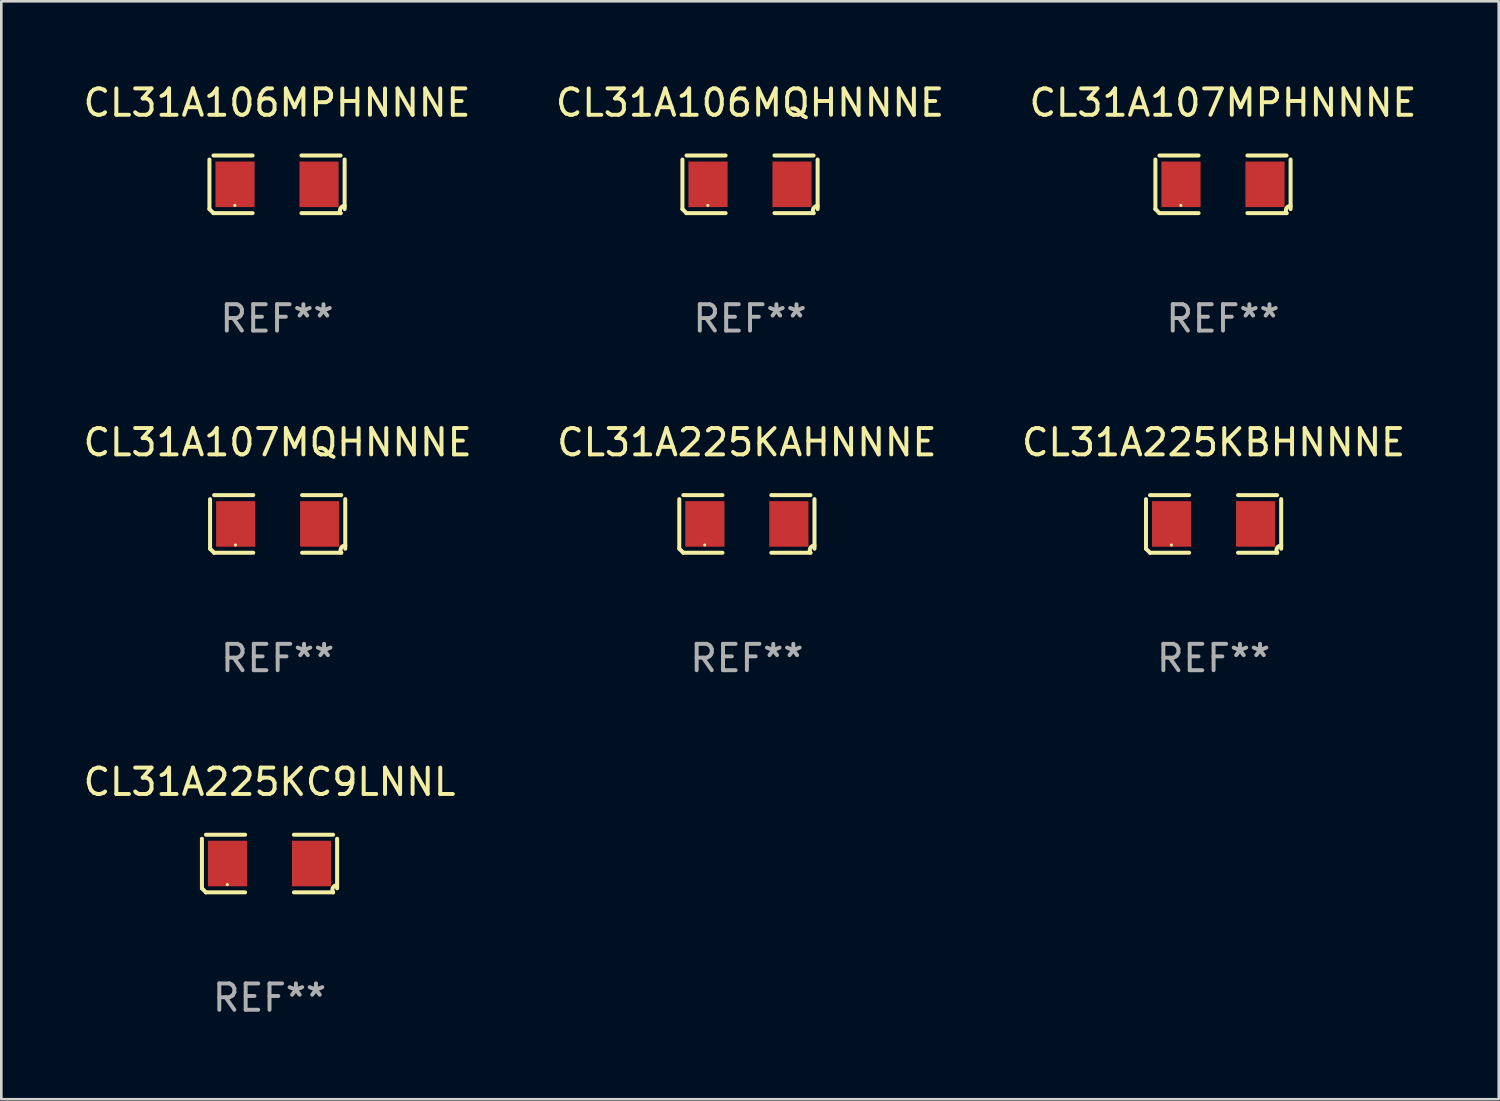
<source format=kicad_pcb>
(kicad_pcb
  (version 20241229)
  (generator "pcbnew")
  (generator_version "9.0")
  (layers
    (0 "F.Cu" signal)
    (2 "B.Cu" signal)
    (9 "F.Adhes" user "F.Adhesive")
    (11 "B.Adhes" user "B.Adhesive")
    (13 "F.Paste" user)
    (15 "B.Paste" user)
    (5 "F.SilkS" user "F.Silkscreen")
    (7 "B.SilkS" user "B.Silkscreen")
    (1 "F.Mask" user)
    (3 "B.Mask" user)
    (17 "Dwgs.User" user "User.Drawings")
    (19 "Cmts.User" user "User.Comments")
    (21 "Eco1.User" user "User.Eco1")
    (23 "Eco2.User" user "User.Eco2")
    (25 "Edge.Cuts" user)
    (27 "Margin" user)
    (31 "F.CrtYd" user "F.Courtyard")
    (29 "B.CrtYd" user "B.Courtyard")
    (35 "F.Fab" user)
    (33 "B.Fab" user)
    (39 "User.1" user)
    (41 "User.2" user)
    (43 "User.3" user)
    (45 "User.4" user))
  (footprint "CL31A225KC9LNNL"
    (layer "F.Cu")
    (at 7.173 29.704)
    (property "Reference" "CL31A225KC9LNNL" (at 0 -3.093 0) (layer "F.SilkS") (effects (font (size 1 1) (thickness 0.15))))
    (attr through_hole)
    (fp_line (start -2.564 0.94) (end -2.564 -0.94) (stroke (width 0.152) (type solid)) (layer "F.SilkS"))
    (fp_line (start -2.411 -1.093) (end -0.926 -1.093) (stroke (width 0.152) (type solid)) (layer "F.SilkS"))
    (fp_line (start -0.926 1.093) (end -2.411 1.093) (stroke (width 0.152) (type solid)) (layer "F.SilkS"))
    (fp_line (start 0.926 1.093) (end 2.411 1.093) (stroke (width 0.152) (type solid)) (layer "F.SilkS"))
    (fp_line (start 2.411 -1.093) (end 0.926 -1.093) (stroke (width 0.152) (type solid)) (layer "F.SilkS"))
    (fp_line (start 2.564 0.94) (end 2.564 -0.94) (stroke (width 0.152) (type solid)) (layer "F.SilkS"))
    (fp_arc (start -2.411201 1.092609) (mid -2.487413 1.01642) (end -2.563602 0.940208) (stroke (width 0.1524) (type solid)) (layer "F.SilkS"))
    (fp_arc (start 2.411201 1.092609) (mid 2.407159 0.911226) (end 2.563602 0.819347) (stroke (width 0.1524) (type solid)) (layer "F.SilkS"))
    (fp_circle (center -1.6 0.8) (end -1.57 0.8) (stroke (width 0.06) (type solid)) (fill no) (layer "F.SilkS"))
    (fp_text user "REF**" (at 0 5.093 0) (layer "F.Fab") (effects (font (size 1 1) (thickness 0.15))))
    (pad "1" smd rect (at -1.593 0) (size 1.485 1.728) (layers "F.Cu" "F.Mask" "F.Paste"))
    (pad "2" smd rect (at 1.593 0) (size 1.485 1.728) (layers "F.Cu" "F.Mask" "F.Paste")))
  (footprint "CL31A225KBHNNNE"
    (layer "F.Cu")
    (at 42.982 16.823)
    (property "Reference" "CL31A225KBHNNNE" (at 0 -3.093 0) (layer "F.SilkS") (effects (font (size 1 1) (thickness 0.15))))
    (attr through_hole)
    (fp_line (start -2.564 0.94) (end -2.564 -0.94) (stroke (width 0.152) (type solid)) (layer "F.SilkS"))
    (fp_line (start -2.411 -1.093) (end -0.926 -1.093) (stroke (width 0.152) (type solid)) (layer "F.SilkS"))
    (fp_line (start -0.926 1.093) (end -2.411 1.093) (stroke (width 0.152) (type solid)) (layer "F.SilkS"))
    (fp_line (start 0.926 1.093) (end 2.411 1.093) (stroke (width 0.152) (type solid)) (layer "F.SilkS"))
    (fp_line (start 2.411 -1.093) (end 0.926 -1.093) (stroke (width 0.152) (type solid)) (layer "F.SilkS"))
    (fp_line (start 2.564 0.94) (end 2.564 -0.94) (stroke (width 0.152) (type solid)) (layer "F.SilkS"))
    (fp_arc (start -2.411201 1.092609) (mid -2.487413 1.01642) (end -2.563602 0.940208) (stroke (width 0.1524) (type solid)) (layer "F.SilkS"))
    (fp_arc (start 2.411201 1.092609) (mid 2.407159 0.911226) (end 2.563602 0.819347) (stroke (width 0.1524) (type solid)) (layer "F.SilkS"))
    (fp_circle (center -1.6 0.8) (end -1.57 0.8) (stroke (width 0.06) (type solid)) (fill no) (layer "F.SilkS"))
    (fp_text user "REF**" (at 0 5.093 0) (layer "F.Fab") (effects (font (size 1 1) (thickness 0.15))))
    (pad "1" smd rect (at -1.593 0) (size 1.485 1.728) (layers "F.Cu" "F.Mask" "F.Paste"))
    (pad "2" smd rect (at 1.593 0) (size 1.485 1.728) (layers "F.Cu" "F.Mask" "F.Paste")))
  (footprint "CL31A106MQHNNNE"
    (layer "F.Cu")
    (at 25.399 3.941)
    (property "Reference" "CL31A106MQHNNNE" (at 0 -3.093 0) (layer "F.SilkS") (effects (font (size 1 1) (thickness 0.15))))
    (attr through_hole)
    (fp_line (start -2.564 0.94) (end -2.564 -0.94) (stroke (width 0.152) (type solid)) (layer "F.SilkS"))
    (fp_line (start -2.411 -1.093) (end -0.926 -1.093) (stroke (width 0.152) (type solid)) (layer "F.SilkS"))
    (fp_line (start -0.926 1.093) (end -2.411 1.093) (stroke (width 0.152) (type solid)) (layer "F.SilkS"))
    (fp_line (start 0.926 1.093) (end 2.411 1.093) (stroke (width 0.152) (type solid)) (layer "F.SilkS"))
    (fp_line (start 2.411 -1.093) (end 0.926 -1.093) (stroke (width 0.152) (type solid)) (layer "F.SilkS"))
    (fp_line (start 2.564 0.94) (end 2.564 -0.94) (stroke (width 0.152) (type solid)) (layer "F.SilkS"))
    (fp_arc (start -2.411201 1.092609) (mid -2.487413 1.01642) (end -2.563602 0.940208) (stroke (width 0.1524) (type solid)) (layer "F.SilkS"))
    (fp_arc (start 2.411201 1.092609) (mid 2.407159 0.911226) (end 2.563602 0.819347) (stroke (width 0.1524) (type solid)) (layer "F.SilkS"))
    (fp_circle (center -1.6 0.8) (end -1.57 0.8) (stroke (width 0.06) (type solid)) (fill no) (layer "F.SilkS"))
    (fp_text user "REF**" (at 0 5.093 0) (layer "F.Fab") (effects (font (size 1 1) (thickness 0.15))))
    (pad "1" smd rect (at -1.593 0) (size 1.485 1.728) (layers "F.Cu" "F.Mask" "F.Paste"))
    (pad "2" smd rect (at 1.593 0) (size 1.485 1.728) (layers "F.Cu" "F.Mask" "F.Paste")))
  (footprint "CL31A107MPHNNNE"
    (layer "F.Cu")
    (at 43.339 3.941)
    (property "Reference" "CL31A107MPHNNNE" (at 0 -3.093 0) (layer "F.SilkS") (effects (font (size 1 1) (thickness 0.15))))
    (attr through_hole)
    (fp_line (start -2.564 0.94) (end -2.564 -0.94) (stroke (width 0.152) (type solid)) (layer "F.SilkS"))
    (fp_line (start -2.411 -1.093) (end -0.926 -1.093) (stroke (width 0.152) (type solid)) (layer "F.SilkS"))
    (fp_line (start -0.926 1.093) (end -2.411 1.093) (stroke (width 0.152) (type solid)) (layer "F.SilkS"))
    (fp_line (start 0.926 1.093) (end 2.411 1.093) (stroke (width 0.152) (type solid)) (layer "F.SilkS"))
    (fp_line (start 2.411 -1.093) (end 0.926 -1.093) (stroke (width 0.152) (type solid)) (layer "F.SilkS"))
    (fp_line (start 2.564 0.94) (end 2.564 -0.94) (stroke (width 0.152) (type solid)) (layer "F.SilkS"))
    (fp_arc (start -2.411201 1.092609) (mid -2.487413 1.01642) (end -2.563602 0.940208) (stroke (width 0.1524) (type solid)) (layer "F.SilkS"))
    (fp_arc (start 2.411201 1.092609) (mid 2.407159 0.911226) (end 2.563602 0.819347) (stroke (width 0.1524) (type solid)) (layer "F.SilkS"))
    (fp_circle (center -1.6 0.8) (end -1.57 0.8) (stroke (width 0.06) (type solid)) (fill no) (layer "F.SilkS"))
    (fp_text user "REF**" (at 0 5.093 0) (layer "F.Fab") (effects (font (size 1 1) (thickness 0.15))))
    (pad "1" smd rect (at -1.593 0) (size 1.485 1.728) (layers "F.Cu" "F.Mask" "F.Paste"))
    (pad "2" smd rect (at 1.593 0) (size 1.485 1.728) (layers "F.Cu" "F.Mask" "F.Paste")))
  (footprint "CL31A106MPHNNNE"
    (layer "F.Cu")
    (at 7.458 3.941)
    (property "Reference" "CL31A106MPHNNNE" (at 0 -3.093 0) (layer "F.SilkS") (effects (font (size 1 1) (thickness 0.15))))
    (attr through_hole)
    (fp_line (start -2.564 0.94) (end -2.564 -0.94) (stroke (width 0.152) (type solid)) (layer "F.SilkS"))
    (fp_line (start -2.411 -1.093) (end -0.926 -1.093) (stroke (width 0.152) (type solid)) (layer "F.SilkS"))
    (fp_line (start -0.926 1.093) (end -2.411 1.093) (stroke (width 0.152) (type solid)) (layer "F.SilkS"))
    (fp_line (start 0.926 1.093) (end 2.411 1.093) (stroke (width 0.152) (type solid)) (layer "F.SilkS"))
    (fp_line (start 2.411 -1.093) (end 0.926 -1.093) (stroke (width 0.152) (type solid)) (layer "F.SilkS"))
    (fp_line (start 2.564 0.94) (end 2.564 -0.94) (stroke (width 0.152) (type solid)) (layer "F.SilkS"))
    (fp_arc (start -2.411201 1.092609) (mid -2.487413 1.01642) (end -2.563602 0.940208) (stroke (width 0.1524) (type solid)) (layer "F.SilkS"))
    (fp_arc (start 2.411201 1.092609) (mid 2.407159 0.911226) (end 2.563602 0.819347) (stroke (width 0.1524) (type solid)) (layer "F.SilkS"))
    (fp_circle (center -1.6 0.8) (end -1.57 0.8) (stroke (width 0.06) (type solid)) (fill no) (layer "F.SilkS"))
    (fp_text user "REF**" (at 0 5.093 0) (layer "F.Fab") (effects (font (size 1 1) (thickness 0.15))))
    (pad "1" smd rect (at -1.593 0) (size 1.485 1.728) (layers "F.Cu" "F.Mask" "F.Paste"))
    (pad "2" smd rect (at 1.593 0) (size 1.485 1.728) (layers "F.Cu" "F.Mask" "F.Paste")))
  (footprint "CL31A107MQHNNNE"
    (layer "F.Cu")
    (at 7.482 16.823)
    (property "Reference" "CL31A107MQHNNNE" (at 0 -3.093 0) (layer "F.SilkS") (effects (font (size 1 1) (thickness 0.15))))
    (attr through_hole)
    (fp_line (start -2.564 0.94) (end -2.564 -0.94) (stroke (width 0.152) (type solid)) (layer "F.SilkS"))
    (fp_line (start -2.411 -1.093) (end -0.926 -1.093) (stroke (width 0.152) (type solid)) (layer "F.SilkS"))
    (fp_line (start -0.926 1.093) (end -2.411 1.093) (stroke (width 0.152) (type solid)) (layer "F.SilkS"))
    (fp_line (start 0.926 1.093) (end 2.411 1.093) (stroke (width 0.152) (type solid)) (layer "F.SilkS"))
    (fp_line (start 2.411 -1.093) (end 0.926 -1.093) (stroke (width 0.152) (type solid)) (layer "F.SilkS"))
    (fp_line (start 2.564 0.94) (end 2.564 -0.94) (stroke (width 0.152) (type solid)) (layer "F.SilkS"))
    (fp_arc (start -2.411201 1.092609) (mid -2.487413 1.01642) (end -2.563602 0.940208) (stroke (width 0.1524) (type solid)) (layer "F.SilkS"))
    (fp_arc (start 2.411201 1.092609) (mid 2.407159 0.911226) (end 2.563602 0.819347) (stroke (width 0.1524) (type solid)) (layer "F.SilkS"))
    (fp_circle (center -1.6 0.8) (end -1.57 0.8) (stroke (width 0.06) (type solid)) (fill no) (layer "F.SilkS"))
    (fp_text user "REF**" (at 0 5.093 0) (layer "F.Fab") (effects (font (size 1 1) (thickness 0.15))))
    (pad "1" smd rect (at -1.593 0) (size 1.485 1.728) (layers "F.Cu" "F.Mask" "F.Paste"))
    (pad "2" smd rect (at 1.593 0) (size 1.485 1.728) (layers "F.Cu" "F.Mask" "F.Paste")))
  (footprint "CL31A225KAHNNNE"
    (layer "F.Cu")
    (at 25.28 16.823)
    (property "Reference" "CL31A225KAHNNNE" (at 0 -3.093 0) (layer "F.SilkS") (effects (font (size 1 1) (thickness 0.15))))
    (attr through_hole)
    (fp_line (start -2.564 0.94) (end -2.564 -0.94) (stroke (width 0.152) (type solid)) (layer "F.SilkS"))
    (fp_line (start -2.411 -1.093) (end -0.926 -1.093) (stroke (width 0.152) (type solid)) (layer "F.SilkS"))
    (fp_line (start -0.926 1.093) (end -2.411 1.093) (stroke (width 0.152) (type solid)) (layer "F.SilkS"))
    (fp_line (start 0.926 1.093) (end 2.411 1.093) (stroke (width 0.152) (type solid)) (layer "F.SilkS"))
    (fp_line (start 2.411 -1.093) (end 0.926 -1.093) (stroke (width 0.152) (type solid)) (layer "F.SilkS"))
    (fp_line (start 2.564 0.94) (end 2.564 -0.94) (stroke (width 0.152) (type solid)) (layer "F.SilkS"))
    (fp_arc (start -2.411201 1.092609) (mid -2.487413 1.01642) (end -2.563602 0.940208) (stroke (width 0.1524) (type solid)) (layer "F.SilkS"))
    (fp_arc (start 2.411201 1.092609) (mid 2.407159 0.911226) (end 2.563602 0.819347) (stroke (width 0.1524) (type solid)) (layer "F.SilkS"))
    (fp_circle (center -1.6 0.8) (end -1.57 0.8) (stroke (width 0.06) (type solid)) (fill no) (layer "F.SilkS"))
    (fp_text user "REF**" (at 0 5.093 0) (layer "F.Fab") (effects (font (size 1 1) (thickness 0.15))))
    (pad "1" smd rect (at -1.593 0) (size 1.485 1.728) (layers "F.Cu" "F.Mask" "F.Paste"))
    (pad "2" smd rect (at 1.593 0) (size 1.485 1.728) (layers "F.Cu" "F.Mask" "F.Paste")))
  (gr_rect
    (start -3 -3)
    (end 53.798 38.645)
    (stroke (width 0.1) (type default))
    (fill no)
    (layer "Edge.Cuts")))
</source>
